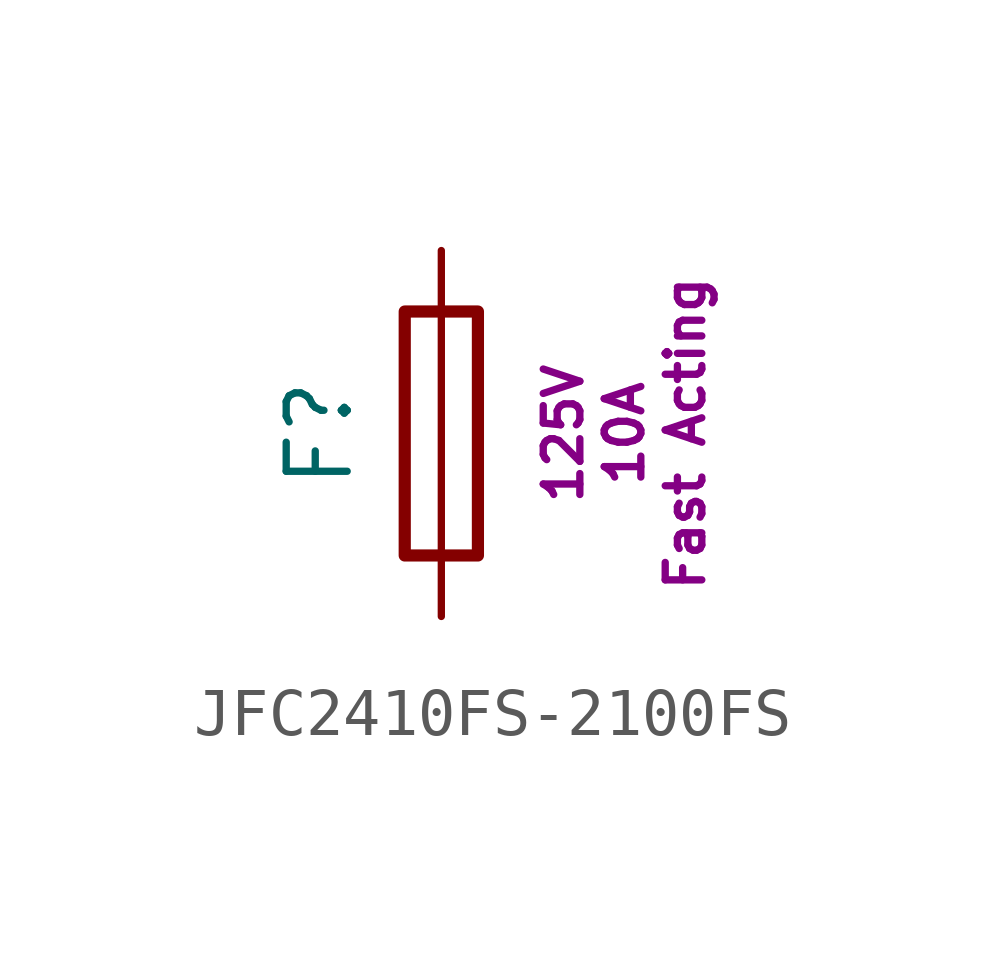
<source format=kicad_sym>
(kicad_symbol_lib
  (version 20241209)
  (generator "kicad_symbol_editor")
  (generator_version "9.0")
  (symbol "JFC2410FS-2100FS"
    (property "Reference" "F"
      (at -2.54 0 90)
      (effects (font (size 1.27 1.27))))
    (property "Current Trigger" "10A"
      (at 3.81 0 90)
      (do_not_autoplace)
      (effects (font (size 0.762 0.762))))
    (property "Voltage Rating" "125V"
      (at 2.54 0 90)
      (do_not_autoplace)
      (effects (font (size 0.762 0.762))))
    (property "Time Sensitivity" "Fast Acting"
      (at 5.08 0 90)
      (do_not_autoplace)
      (effects (font (size 0.762 0.762))))
    (symbol "JFC2410FS-2100FS_0_1"
      (rectangle (start -0.762 2.54) (end 0.762 -2.54) (stroke (width 0.254) (type default)) (fill (type none)))
      (polyline (pts (xy 0 2.54) (xy 0 -2.54)) (stroke (width 0) (type default)) (fill (type none))))
    (symbol "JFC2410FS-2100FS_1_1"
      (pin passive line (at 0 3.81 270) (length 1.27) (name "~" (effects (font (size 0 0)))) (number "1" (effects (font (size 0 0)))))
      (pin passive line (at 0 -3.81 90) (length 1.27) (name "~" (effects (font (size 0 0)))) (number "2" (effects (font (size 0 0))))))))
</source>
